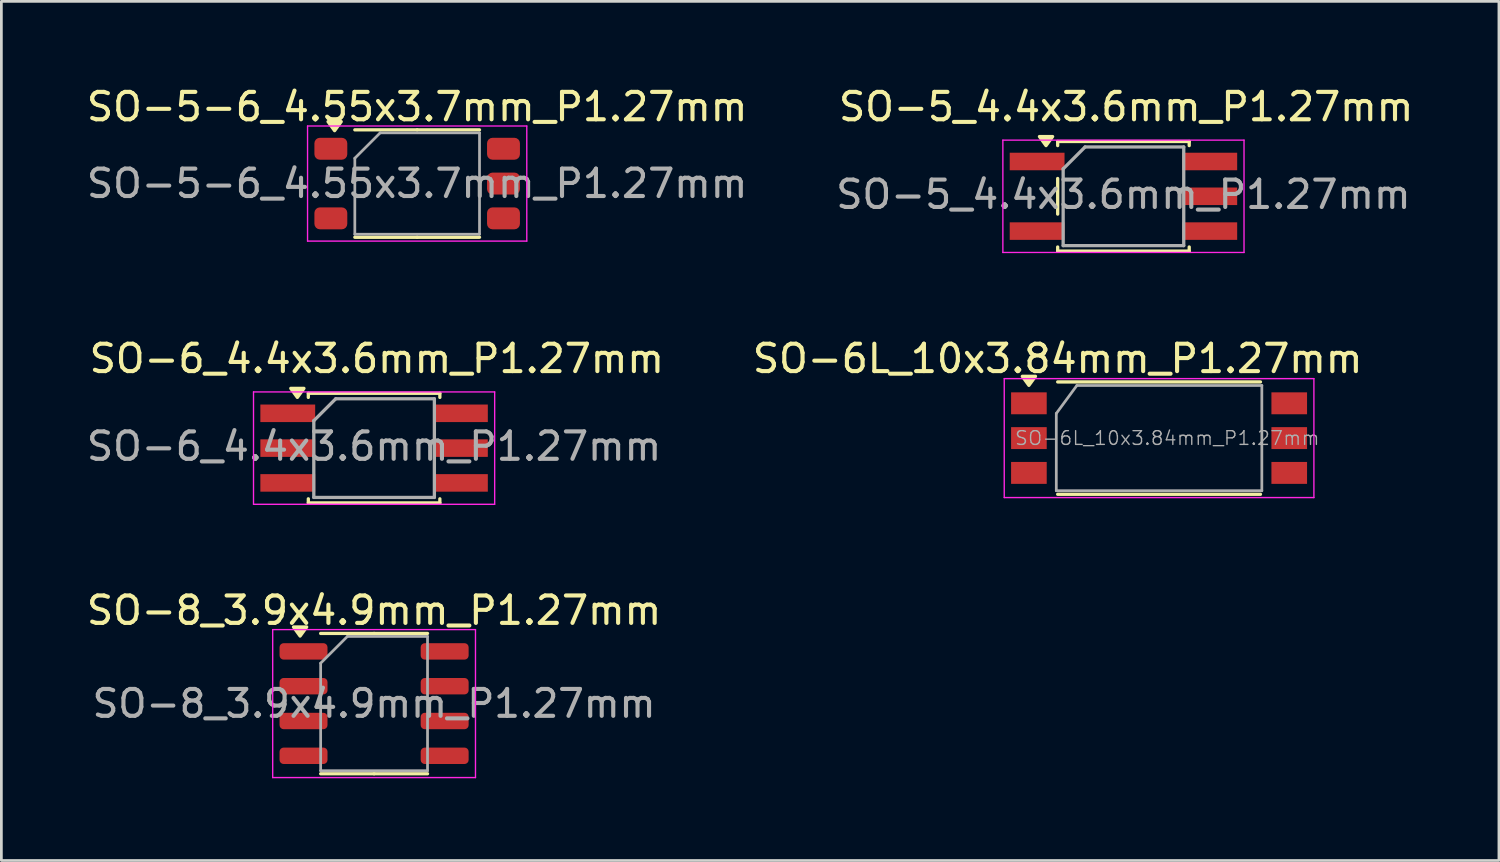
<source format=kicad_pcb>
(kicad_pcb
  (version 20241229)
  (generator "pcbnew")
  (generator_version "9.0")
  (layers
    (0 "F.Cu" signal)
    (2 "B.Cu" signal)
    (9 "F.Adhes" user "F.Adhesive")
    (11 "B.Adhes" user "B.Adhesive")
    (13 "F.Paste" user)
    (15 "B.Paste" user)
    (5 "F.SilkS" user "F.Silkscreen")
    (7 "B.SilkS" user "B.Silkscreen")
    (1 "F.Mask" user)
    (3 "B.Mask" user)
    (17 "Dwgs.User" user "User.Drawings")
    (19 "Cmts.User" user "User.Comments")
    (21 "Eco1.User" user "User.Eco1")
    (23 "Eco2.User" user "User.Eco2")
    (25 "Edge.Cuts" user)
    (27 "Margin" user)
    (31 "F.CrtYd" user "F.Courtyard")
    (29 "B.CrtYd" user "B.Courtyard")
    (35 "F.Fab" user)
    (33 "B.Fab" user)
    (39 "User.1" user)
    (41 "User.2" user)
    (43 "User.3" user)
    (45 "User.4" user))
  (footprint "SO-5_4.4x3.6mm_P1.27mm"
    (layer "F.Cu")
    (at 37.946 4.113)
    (property "Reference" "SO-5_4.4x3.6mm_P1.27mm" (at 0.1 -3.265 0) (layer "F.SilkS") (effects (font (size 1 1) (thickness 0.15))))
    (attr smd)
    (fp_line (start -2.4 -2) (end 2.4 -2) (stroke (width 0.12) (type solid)) (layer "F.SilkS"))
    (fp_line (start -2.4 -1.85) (end -2.4 -2) (stroke (width 0.12) (type solid)) (layer "F.SilkS"))
    (fp_line (start -2.4 0.65) (end -2.4 -0.65) (stroke (width 0.12) (type solid)) (layer "F.SilkS"))
    (fp_line (start -2.4 2) (end -2.4 1.85) (stroke (width 0.12) (type solid)) (layer "F.SilkS"))
    (fp_line (start 2.4 -2) (end 2.4 -1.85) (stroke (width 0.12) (type solid)) (layer "F.SilkS"))
    (fp_line (start 2.4 1.85) (end 2.4 2) (stroke (width 0.12) (type solid)) (layer "F.SilkS"))
    (fp_line (start 2.4 2) (end -2.4 2) (stroke (width 0.12) (type solid)) (layer "F.SilkS"))
    (fp_poly (pts (xy -2.825 -1.85) (xy -3.065 -2.18) (xy -2.585 -2.18) (xy -2.825 -1.85)) (stroke (width 0.12) (type solid)) (fill yes) (layer "F.SilkS"))
    (fp_line (start -4.4 -2.05) (end -4.4 2.05) (stroke (width 0.05) (type solid)) (layer "F.CrtYd"))
    (fp_line (start -4.4 -2.05) (end 4.4 -2.05) (stroke (width 0.05) (type solid)) (layer "F.CrtYd"))
    (fp_line (start 4.4 2.05) (end -4.4 2.05) (stroke (width 0.05) (type solid)) (layer "F.CrtYd"))
    (fp_line (start 4.4 2.05) (end 4.4 -2.05) (stroke (width 0.05) (type solid)) (layer "F.CrtYd"))
    (fp_line (start -2.2 -1) (end -1.4 -1.8) (stroke (width 0.12) (type solid)) (layer "F.Fab"))
    (fp_line (start -2.2 1.8) (end -2.2 -1) (stroke (width 0.12) (type solid)) (layer "F.Fab"))
    (fp_line (start -1.4 -1.8) (end 2.2 -1.8) (stroke (width 0.12) (type solid)) (layer "F.Fab"))
    (fp_line (start 2.2 -1.8) (end 2.2 1.8) (stroke (width 0.12) (type solid)) (layer "F.Fab"))
    (fp_line (start 2.2 1.8) (end -2.2 1.8) (stroke (width 0.12) (type solid)) (layer "F.Fab"))
    (fp_text user "${REFERENCE}" (at 0 -0.065 0) (layer "F.Fab") (effects (font (size 1 1) (thickness 0.15))))
    (pad "1" smd rect (at -3.15 -1.27) (size 2 0.64) (layers "F.Cu" "F.Mask" "F.Paste"))
    (pad "3" smd rect (at -3.15 1.27) (size 2 0.64) (layers "F.Cu" "F.Mask" "F.Paste"))
    (pad "4" smd rect (at 3.15 1.27) (size 2 0.64) (layers "F.Cu" "F.Mask" "F.Paste"))
    (pad "5" smd rect (at 3.15 0) (size 2 0.64) (layers "F.Cu" "F.Mask" "F.Paste"))
    (pad "6" smd rect (at 3.15 -1.27) (size 2 0.64) (layers "F.Cu" "F.Mask" "F.Paste")))
  (footprint "SO-6_4.4x3.6mm_P1.27mm"
    (layer "F.Cu")
    (at 10.601 13.302)
    (property "Reference" "SO-6_4.4x3.6mm_P1.27mm" (at 0.1 -3.265 0) (layer "F.SilkS") (effects (font (size 1 1) (thickness 0.15))))
    (attr smd)
    (fp_line (start -2.4 -2) (end 2.4 -2) (stroke (width 0.12) (type solid)) (layer "F.SilkS"))
    (fp_line (start -2.4 -1.85) (end -2.4 -2) (stroke (width 0.12) (type solid)) (layer "F.SilkS"))
    (fp_line (start -2.4 2) (end -2.4 1.85) (stroke (width 0.12) (type solid)) (layer "F.SilkS"))
    (fp_line (start 2.4 -2) (end 2.4 -1.85) (stroke (width 0.12) (type solid)) (layer "F.SilkS"))
    (fp_line (start 2.4 2) (end -2.4 2) (stroke (width 0.12) (type solid)) (layer "F.SilkS"))
    (fp_line (start 2.4 2) (end 2.4 1.85) (stroke (width 0.12) (type solid)) (layer "F.SilkS"))
    (fp_poly (pts (xy -2.8 -1.85) (xy -3.04 -2.18) (xy -2.56 -2.18) (xy -2.8 -1.85)) (stroke (width 0.12) (type solid)) (fill yes) (layer "F.SilkS"))
    (fp_line (start -4.4 -2.05) (end -4.4 2.05) (stroke (width 0.05) (type solid)) (layer "F.CrtYd"))
    (fp_line (start -4.4 -2.05) (end 4.4 -2.05) (stroke (width 0.05) (type solid)) (layer "F.CrtYd"))
    (fp_line (start 4.4 2.05) (end -4.4 2.05) (stroke (width 0.05) (type solid)) (layer "F.CrtYd"))
    (fp_line (start 4.4 2.05) (end 4.4 -2.05) (stroke (width 0.05) (type solid)) (layer "F.CrtYd"))
    (fp_line (start -2.2 -1) (end -1.4 -1.8) (stroke (width 0.12) (type solid)) (layer "F.Fab"))
    (fp_line (start -2.2 1.8) (end -2.2 -1) (stroke (width 0.12) (type solid)) (layer "F.Fab"))
    (fp_line (start -1.4 -1.8) (end 2.2 -1.8) (stroke (width 0.12) (type solid)) (layer "F.Fab"))
    (fp_line (start 2.2 -1.8) (end 2.2 1.8) (stroke (width 0.12) (type solid)) (layer "F.Fab"))
    (fp_line (start 2.2 1.8) (end -2.2 1.8) (stroke (width 0.12) (type solid)) (layer "F.Fab"))
    (fp_text user "${REFERENCE}" (at 0 -0.065 0) (layer "F.Fab") (effects (font (size 1 1) (thickness 0.15))))
    (pad "1" smd rect (at -3.15 -1.27) (size 2 0.64) (layers "F.Cu" "F.Mask" "F.Paste"))
    (pad "2" smd rect (at -3.15 0) (size 2 0.64) (layers "F.Cu" "F.Mask" "F.Paste"))
    (pad "3" smd rect (at -3.15 1.27) (size 2 0.64) (layers "F.Cu" "F.Mask" "F.Paste"))
    (pad "4" smd rect (at 3.15 1.27) (size 2 0.64) (layers "F.Cu" "F.Mask" "F.Paste"))
    (pad "5" smd rect (at 3.15 0) (size 2 0.64) (layers "F.Cu" "F.Mask" "F.Paste"))
    (pad "6" smd rect (at 3.15 -1.27) (size 2 0.64) (layers "F.Cu" "F.Mask" "F.Paste")))
  (footprint "SO-5-6_4.55x3.7mm_P1.27mm"
    (layer "F.Cu")
    (at 12.173 3.648)
    (property "Reference" "SO-5-6_4.55x3.7mm_P1.27mm" (at 0 -2.8 0) (layer "F.SilkS") (effects (font (size 1 1) (thickness 0.15))))
    (attr smd)
    (fp_line (start 0 -1.96) (end -2.275 -1.96) (stroke (width 0.12) (type solid)) (layer "F.SilkS"))
    (fp_line (start 0 -1.96) (end 2.275 -1.96) (stroke (width 0.12) (type solid)) (layer "F.SilkS"))
    (fp_line (start 0 1.96) (end -2.275 1.96) (stroke (width 0.12) (type solid)) (layer "F.SilkS"))
    (fp_line (start 0 1.96) (end 2.275 1.96) (stroke (width 0.12) (type solid)) (layer "F.SilkS"))
    (fp_poly (pts (xy -3.013 -1.93) (xy -3.252 -2.26) (xy -2.772 -2.26) (xy -3.013 -1.93)) (stroke (width 0.12) (type solid)) (fill yes) (layer "F.SilkS"))
    (fp_line (start -4 -2.1) (end -4 2.1) (stroke (width 0.05) (type solid)) (layer "F.CrtYd"))
    (fp_line (start -4 2.1) (end 4 2.1) (stroke (width 0.05) (type solid)) (layer "F.CrtYd"))
    (fp_line (start 4 -2.1) (end -4 -2.1) (stroke (width 0.05) (type solid)) (layer "F.CrtYd"))
    (fp_line (start 4 2.1) (end 4 -2.1) (stroke (width 0.05) (type solid)) (layer "F.CrtYd"))
    (fp_line (start -2.275 -0.925) (end -1.35 -1.85) (stroke (width 0.1) (type solid)) (layer "F.Fab"))
    (fp_line (start -2.275 1.85) (end -2.275 -0.925) (stroke (width 0.1) (type solid)) (layer "F.Fab"))
    (fp_line (start -1.35 -1.85) (end 2.275 -1.85) (stroke (width 0.1) (type solid)) (layer "F.Fab"))
    (fp_line (start 2.275 -1.85) (end 2.275 1.85) (stroke (width 0.1) (type solid)) (layer "F.Fab"))
    (fp_line (start 2.275 1.85) (end -2.275 1.85) (stroke (width 0.1) (type solid)) (layer "F.Fab"))
    (fp_text user "${REFERENCE}" (at 0 0 0) (layer "F.Fab") (effects (font (size 1 1) (thickness 0.15))))
    (pad "1" smd roundrect (at -3.15 -1.27) (size 1.2 0.8) (layers "F.Cu" "F.Mask" "F.Paste") (roundrect_rratio 0.25))
    (pad "3" smd roundrect (at -3.15 1.27) (size 1.2 0.8) (layers "F.Cu" "F.Mask" "F.Paste") (roundrect_rratio 0.25))
    (pad "4" smd roundrect (at 3.15 1.27) (size 1.2 0.8) (layers "F.Cu" "F.Mask" "F.Paste") (roundrect_rratio 0.25))
    (pad "5" smd roundrect (at 3.15 0) (size 1.2 0.8) (layers "F.Cu" "F.Mask" "F.Paste") (roundrect_rratio 0.25))
    (pad "6" smd roundrect (at 3.15 -1.27) (size 1.2 0.8) (layers "F.Cu" "F.Mask" "F.Paste") (roundrect_rratio 0.25)))
  (footprint "SO-6L_10x3.84mm_P1.27mm"
    (layer "F.Cu")
    (at 39.246 12.937)
    (property "Reference" "SO-6L_10x3.84mm_P1.27mm" (at -3.7 -2.9 0) (layer "F.SilkS") (effects (font (size 1 1) (thickness 0.15))))
    (attr smd)
    (fp_line (start -3.7 -2.05) (end 3.7 -2.05) (stroke (width 0.12) (type solid)) (layer "F.SilkS"))
    (fp_line (start -3.7 2.05) (end 3.7 2.05) (stroke (width 0.12) (type solid)) (layer "F.SilkS"))
    (fp_poly (pts (xy -4.75 -1.925) (xy -4.99 -2.255) (xy -4.51 -2.255) (xy -4.75 -1.925)) (stroke (width 0.12) (type solid)) (fill yes) (layer "F.SilkS"))
    (fp_line (start -5.65 -2.17) (end -5.65 2.17) (stroke (width 0.05) (type solid)) (layer "F.CrtYd"))
    (fp_line (start -5.65 2.17) (end 5.65 2.17) (stroke (width 0.05) (type solid)) (layer "F.CrtYd"))
    (fp_line (start 5.65 -2.17) (end -5.65 -2.17) (stroke (width 0.05) (type solid)) (layer "F.CrtYd"))
    (fp_line (start 5.65 2.17) (end 5.65 -2.17) (stroke (width 0.05) (type solid)) (layer "F.CrtYd"))
    (fp_line (start -3.75 -0.9) (end -3 -1.92) (stroke (width 0.1) (type solid)) (layer "F.Fab"))
    (fp_line (start -3.75 1.92) (end -3.75 -0.9) (stroke (width 0.1) (type solid)) (layer "F.Fab"))
    (fp_line (start -3.75 1.92) (end 3.75 1.92) (stroke (width 0.1) (type solid)) (layer "F.Fab"))
    (fp_line (start -3 -1.92) (end 3.75 -1.92) (stroke (width 0.1) (type solid)) (layer "F.Fab"))
    (fp_line (start 3.75 1.92) (end 3.75 -1.92) (stroke (width 0.1) (type solid)) (layer "F.Fab"))
    (fp_text user "${REFERENCE}" (at 0.3 0 180) (layer "F.Fab") (effects (font (size 0.5 0.5) (thickness 0.05))))
    (pad "1" smd rect (at -4.75 -1.27 90) (size 0.8 1.3) (layers "F.Cu" "F.Mask" "F.Paste"))
    (pad "2" smd rect (at -4.75 0 90) (size 0.8 1.3) (layers "F.Cu" "F.Mask" "F.Paste"))
    (pad "3" smd rect (at -4.75 1.27 90) (size 0.8 1.3) (layers "F.Cu" "F.Mask" "F.Paste"))
    (pad "4" smd rect (at 4.75 1.27 90) (size 0.8 1.3) (layers "F.Cu" "F.Mask" "F.Paste"))
    (pad "5" smd rect (at 4.75 0 90) (size 0.8 1.3) (layers "F.Cu" "F.Mask" "F.Paste"))
    (pad "6" smd rect (at 4.75 -1.27 90) (size 0.8 1.3) (layers "F.Cu" "F.Mask" "F.Paste")))
  (footprint "SO-8_3.9x4.9mm_P1.27mm"
    (layer "F.Cu")
    (at 10.601 22.625)
    (property "Reference" "SO-8_3.9x4.9mm_P1.27mm" (at 0 -3.4 0) (layer "F.SilkS") (effects (font (size 1 1) (thickness 0.15))))
    (attr smd)
    (fp_line (start 0 -2.56) (end -1.95 -2.56) (stroke (width 0.12) (type solid)) (layer "F.SilkS"))
    (fp_line (start 0 -2.56) (end 1.95 -2.56) (stroke (width 0.12) (type solid)) (layer "F.SilkS"))
    (fp_line (start 0 2.56) (end -1.95 2.56) (stroke (width 0.12) (type solid)) (layer "F.SilkS"))
    (fp_line (start 0 2.56) (end 1.95 2.56) (stroke (width 0.12) (type solid)) (layer "F.SilkS"))
    (fp_poly (pts (xy -2.7 -2.465) (xy -2.94 -2.795) (xy -2.46 -2.795) (xy -2.7 -2.465)) (stroke (width 0.12) (type solid)) (fill yes) (layer "F.SilkS"))
    (fp_line (start -3.7 -2.7) (end -3.7 2.7) (stroke (width 0.05) (type solid)) (layer "F.CrtYd"))
    (fp_line (start -3.7 2.7) (end 3.7 2.7) (stroke (width 0.05) (type solid)) (layer "F.CrtYd"))
    (fp_line (start 3.7 -2.7) (end -3.7 -2.7) (stroke (width 0.05) (type solid)) (layer "F.CrtYd"))
    (fp_line (start 3.7 2.7) (end 3.7 -2.7) (stroke (width 0.05) (type solid)) (layer "F.CrtYd"))
    (fp_line (start -1.95 -1.475) (end -0.975 -2.45) (stroke (width 0.1) (type solid)) (layer "F.Fab"))
    (fp_line (start -1.95 2.45) (end -1.95 -1.475) (stroke (width 0.1) (type solid)) (layer "F.Fab"))
    (fp_line (start -0.975 -2.45) (end 1.95 -2.45) (stroke (width 0.1) (type solid)) (layer "F.Fab"))
    (fp_line (start 1.95 -2.45) (end 1.95 2.45) (stroke (width 0.1) (type solid)) (layer "F.Fab"))
    (fp_line (start 1.95 2.45) (end -1.95 2.45) (stroke (width 0.1) (type solid)) (layer "F.Fab"))
    (fp_text user "${REFERENCE}" (at 0 0 0) (layer "F.Fab") (effects (font (size 0.98 0.98) (thickness 0.15))))
    (pad "1" smd roundrect (at -2.575 -1.905) (size 1.75 0.6) (layers "F.Cu" "F.Mask" "F.Paste") (roundrect_rratio 0.25))
    (pad "2" smd roundrect (at -2.575 -0.635) (size 1.75 0.6) (layers "F.Cu" "F.Mask" "F.Paste") (roundrect_rratio 0.25))
    (pad "3" smd roundrect (at -2.575 0.635) (size 1.75 0.6) (layers "F.Cu" "F.Mask" "F.Paste") (roundrect_rratio 0.25))
    (pad "4" smd roundrect (at -2.575 1.905) (size 1.75 0.6) (layers "F.Cu" "F.Mask" "F.Paste") (roundrect_rratio 0.25))
    (pad "5" smd roundrect (at 2.575 1.905) (size 1.75 0.6) (layers "F.Cu" "F.Mask" "F.Paste") (roundrect_rratio 0.25))
    (pad "6" smd roundrect (at 2.575 0.635) (size 1.75 0.6) (layers "F.Cu" "F.Mask" "F.Paste") (roundrect_rratio 0.25))
    (pad "7" smd roundrect (at 2.575 -0.635) (size 1.75 0.6) (layers "F.Cu" "F.Mask" "F.Paste") (roundrect_rratio 0.25))
    (pad "8" smd roundrect (at 2.575 -1.905) (size 1.75 0.6) (layers "F.Cu" "F.Mask" "F.Paste") (roundrect_rratio 0.25)))
  (gr_rect
    (start -3 -3)
    (end 51.648 28.35)
    (stroke (width 0.1) (type default))
    (fill no)
    (layer "Edge.Cuts")))
</source>
